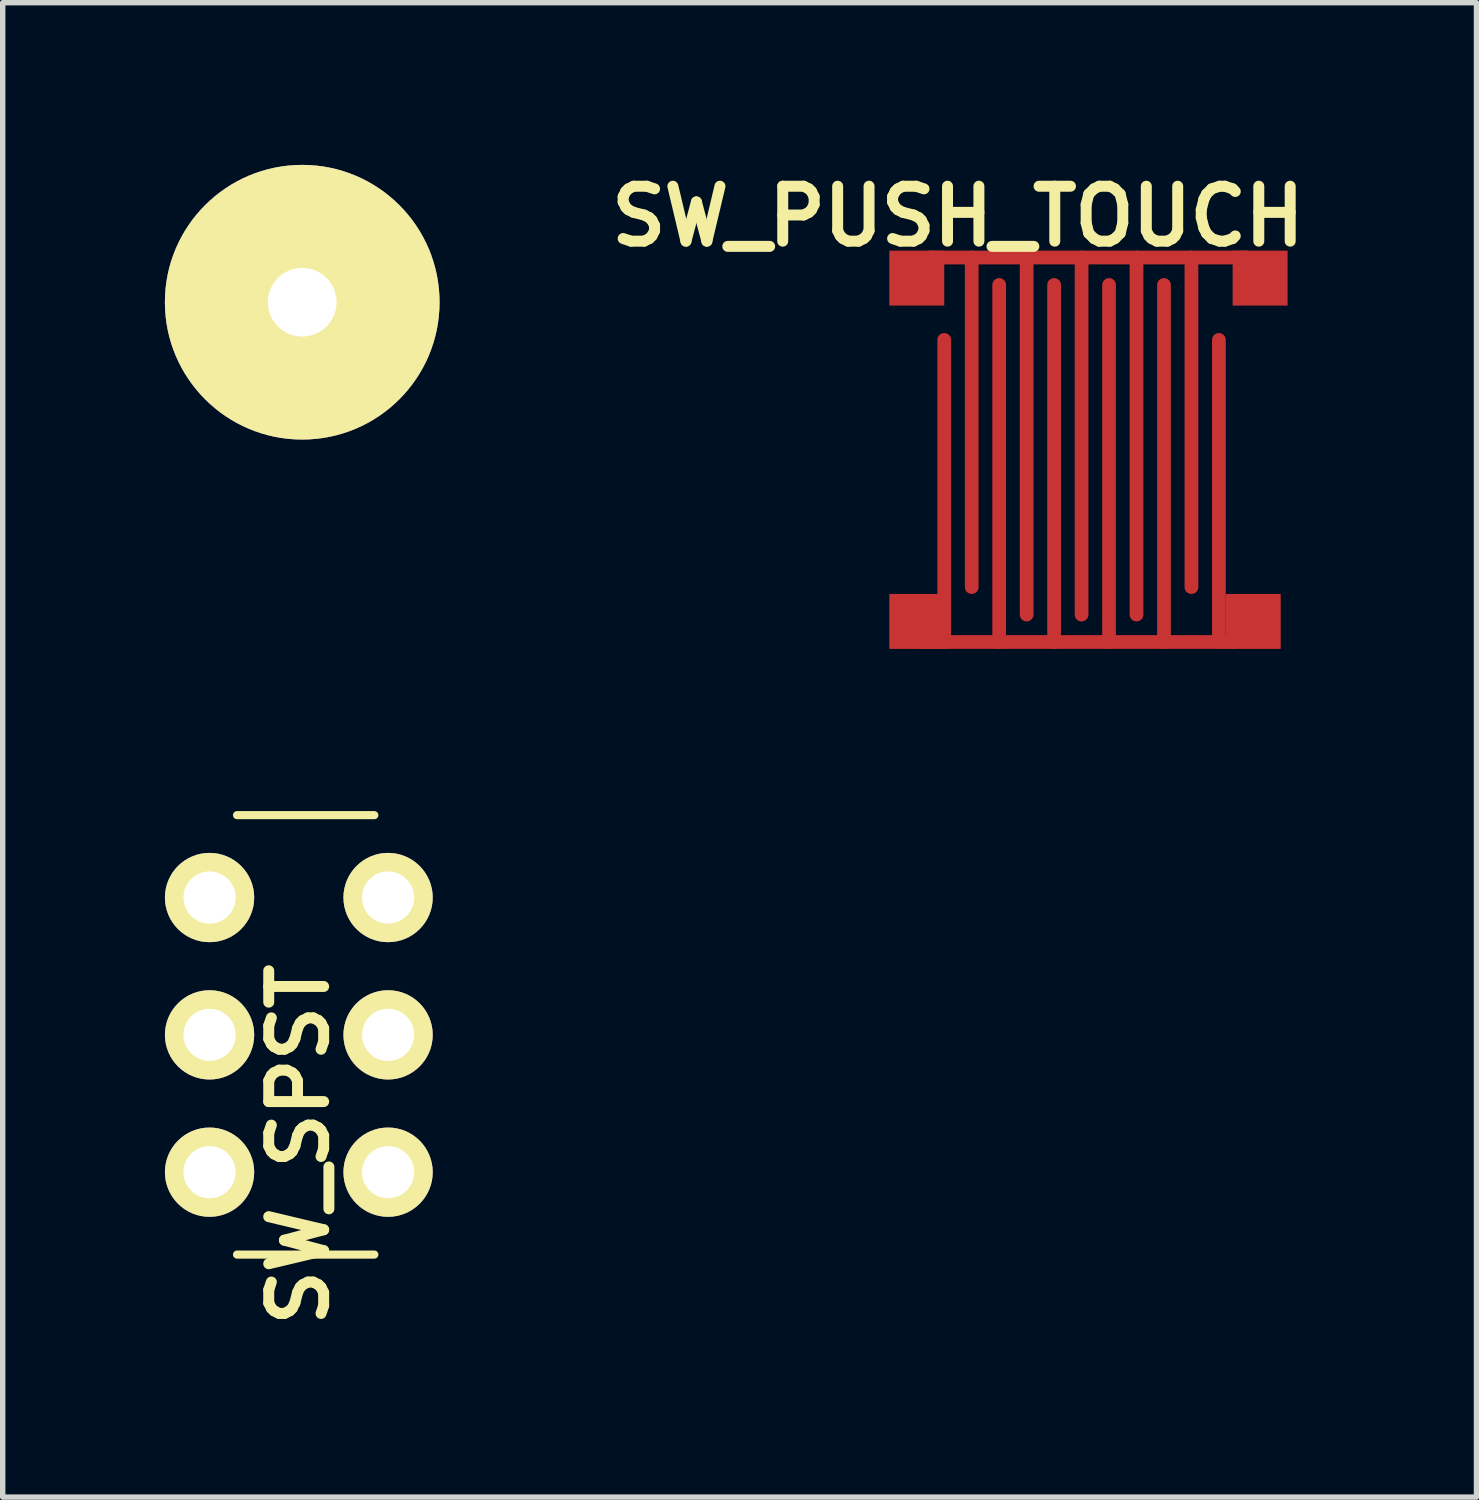
<source format=kicad_pcb>
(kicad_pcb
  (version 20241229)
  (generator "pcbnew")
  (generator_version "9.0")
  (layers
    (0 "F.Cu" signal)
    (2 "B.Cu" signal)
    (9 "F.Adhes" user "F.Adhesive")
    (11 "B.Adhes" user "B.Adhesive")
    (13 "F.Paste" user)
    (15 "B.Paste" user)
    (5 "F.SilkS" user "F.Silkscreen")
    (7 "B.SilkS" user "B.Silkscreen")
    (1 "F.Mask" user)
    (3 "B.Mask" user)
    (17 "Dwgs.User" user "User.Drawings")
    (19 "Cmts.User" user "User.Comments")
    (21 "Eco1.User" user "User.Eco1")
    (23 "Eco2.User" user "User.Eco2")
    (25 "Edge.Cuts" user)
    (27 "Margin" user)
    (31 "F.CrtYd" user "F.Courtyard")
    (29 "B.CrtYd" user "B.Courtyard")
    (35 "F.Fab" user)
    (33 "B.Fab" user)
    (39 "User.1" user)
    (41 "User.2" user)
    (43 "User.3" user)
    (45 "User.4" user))
  (footprint "SW_SPST"
    (layer "F.Cu")
    (at 4.128 16.091)
    (property "Reference" "SW_SPST" (at -1.651 2.032 90) (layer "F.SilkS") (effects (font (size 1.016 1.016) (thickness 0.203))))
    (attr through_hole)
    (fp_line (start -2.794 -4.064) (end -0.254 -4.064) (stroke (width 0.15) (type solid)) (layer "F.SilkS"))
    (fp_line (start -0.254 4.064) (end -2.794 4.064) (stroke (width 0.15) (type solid)) (layer "F.SilkS"))
    (pad "1" thru_hole circle (at 0 -2.54) (size 1.651 1.651) (drill 0.965) (layers "*.Cu" "*.Mask" "F.SilkS"))
    (pad "2" thru_hole circle (at 0 0) (size 1.651 1.651) (drill 0.965) (layers "*.Cu" "*.Mask" "F.SilkS"))
    (pad "3" thru_hole circle (at -3.302 -2.54) (size 1.651 1.651) (drill 0.965) (layers "*.Cu" "*.Mask" "F.SilkS"))
    (pad "3" thru_hole circle (at -3.302 0) (size 1.651 1.651) (drill 0.965) (layers "*.Cu" "*.Mask" "F.SilkS"))
    (pad "3" thru_hole circle (at -3.302 2.54) (size 1.651 1.651) (drill 0.965) (layers "*.Cu" "*.Mask" "F.SilkS"))
    (pad "3" thru_hole circle (at 0 2.54) (size 1.651 1.651) (drill 0.965) (layers "*.Cu" "*.Mask" "F.SilkS")))
  (footprint "078hole"
    (layer "F.Cu")
    (at 2.54 2.54)
    (property "Reference" "078hole" (at 0 -0.254 0) (layer "F.SilkS") (effects (font (size 0.254 0.254) (thickness 0.064))))
    (attr through_hole)
    (pad "" thru_hole circle (at 0 0) (size 5.08 5.08) (drill 1.27) (layers "*.Cu" "F.Mask" "F.SilkS" "F.Paste")))
  (footprint "SW_PUSH_TOUCH"
    (layer "F.Cu")
    (at 16.955 5.269)
    (property "Reference" "SW_PUSH_TOUCH" (at -2.286 -4.318 0) (layer "F.SilkS") (effects (font (size 1.016 1.016) (thickness 0.203))))
    (attr through_hole)
    (fp_line (start -3.302 -3.048) (end -2.794 -3.556) (stroke (width 0.254) (type solid)) (layer "F.Cu"))
    (fp_line (start -3.048 3.556) (end 2.794 3.556) (stroke (width 0.254) (type solid)) (layer "F.Cu"))
    (fp_line (start -2.794 -3.556) (end 3.048 -3.556) (stroke (width 0.254) (type solid)) (layer "F.Cu"))
    (fp_line (start -2.54 3.556) (end -2.54 -2.032) (stroke (width 0.254) (type solid)) (layer "F.Cu"))
    (fp_line (start -2.032 -3.556) (end -2.032 2.54) (stroke (width 0.254) (type solid)) (layer "F.Cu"))
    (fp_line (start -1.524 3.556) (end -1.524 -3.048) (stroke (width 0.254) (type solid)) (layer "F.Cu"))
    (fp_line (start -1.016 -3.556) (end -1.016 3.048) (stroke (width 0.254) (type solid)) (layer "F.Cu"))
    (fp_line (start -0.508 3.556) (end -0.508 -3.048) (stroke (width 0.254) (type solid)) (layer "F.Cu"))
    (fp_line (start 0 -3.556) (end 0 3.048) (stroke (width 0.254) (type solid)) (layer "F.Cu"))
    (fp_line (start 0.508 3.556) (end 0.508 -3.048) (stroke (width 0.254) (type solid)) (layer "F.Cu"))
    (fp_line (start 1.016 -3.556) (end 1.016 3.048) (stroke (width 0.254) (type solid)) (layer "F.Cu"))
    (fp_line (start 1.524 3.556) (end 1.524 -3.048) (stroke (width 0.254) (type solid)) (layer "F.Cu"))
    (fp_line (start 2.032 -3.556) (end 2.032 2.54) (stroke (width 0.254) (type solid)) (layer "F.Cu"))
    (fp_line (start 2.54 3.556) (end 2.54 -2.032) (stroke (width 0.254) (type solid)) (layer "F.Cu"))
    (fp_line (start 2.794 3.556) (end 3.302 3.048) (stroke (width 0.254) (type solid)) (layer "F.Cu"))
    (fp_line (start 3.048 -3.556) (end 3.556 -3.048) (stroke (width 0.254) (type solid)) (layer "F.Cu"))
    (pad "" smd rect (at 0.127 0) (size 6.858 6.858) (layers "F.Mask" "F.Paste"))
    (pad "1" smd rect (at -3.048 -3.175) (size 1.016 1.016) (layers "F.Cu" "F.Mask" "F.Paste"))
    (pad "1" smd rect (at 3.302 -3.175) (size 1.016 1.016) (layers "F.Cu" "F.Mask" "F.Paste"))
    (pad "2" smd rect (at -3.048 3.175) (size 1.016 1.016) (layers "F.Cu" "F.Mask" "F.Paste"))
    (pad "2" smd rect (at 3.175 3.175) (size 1.016 1.016) (layers "F.Cu" "F.Mask" "F.Paste")))
  (gr_rect
    (start -3 -3)
    (end 24.259 24.64)
    (stroke (width 0.1) (type default))
    (fill no)
    (layer "Edge.Cuts")))
</source>
